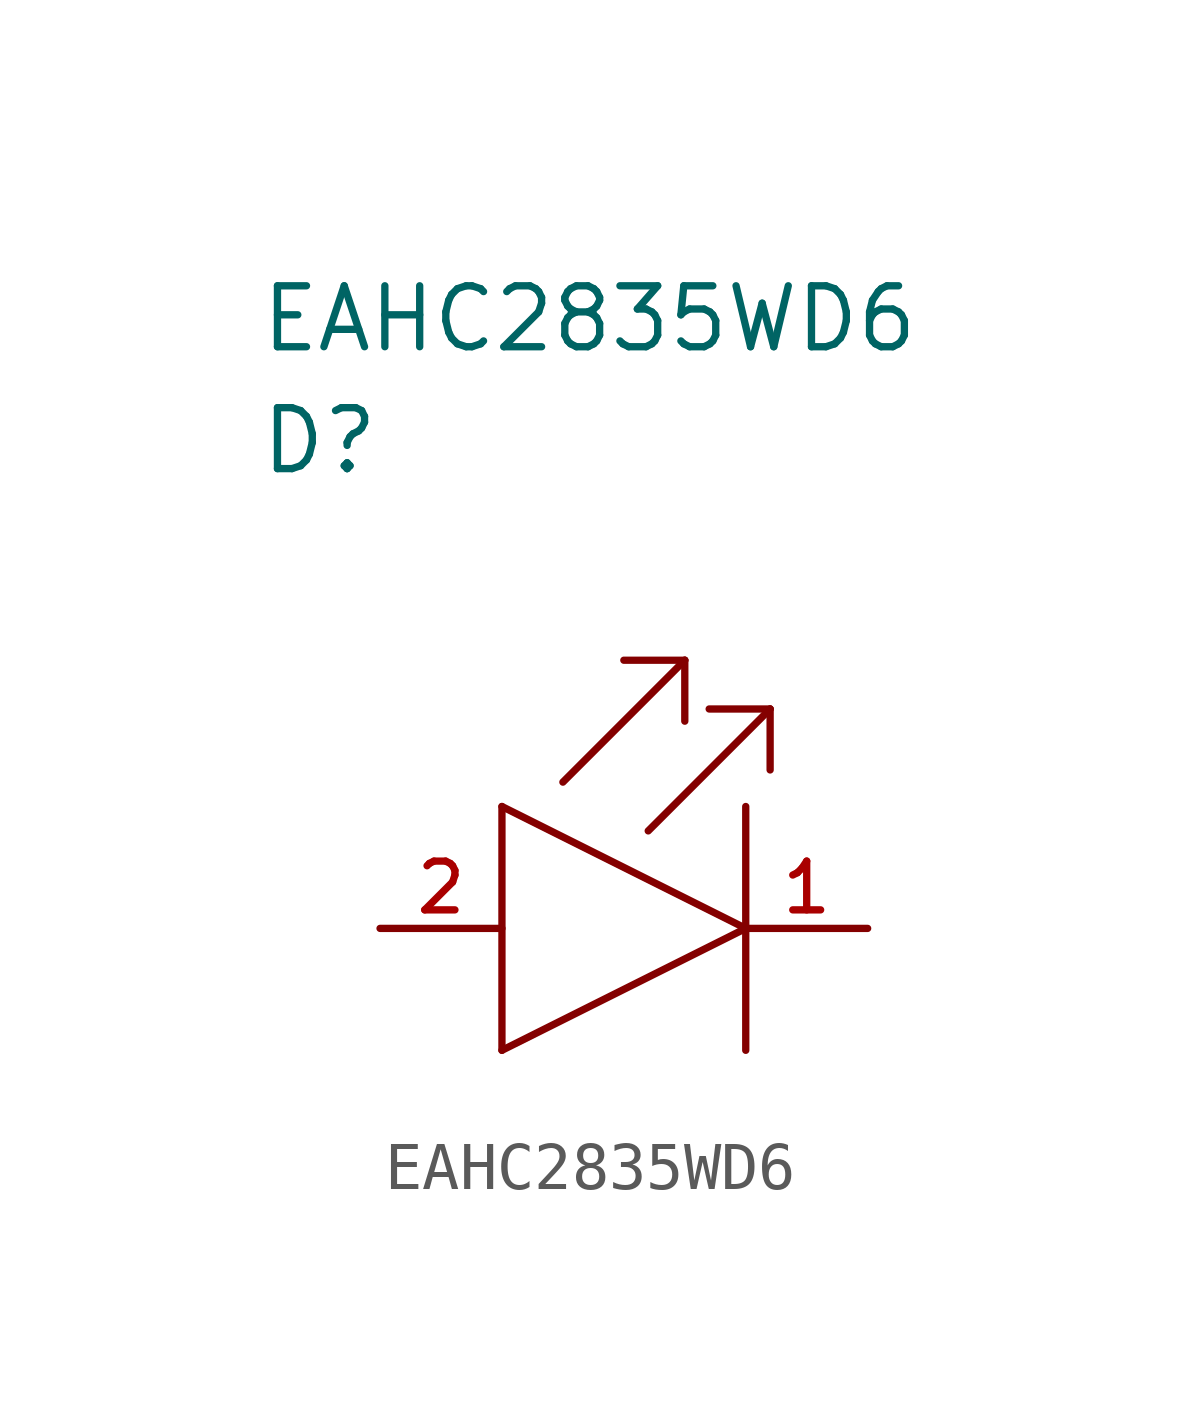
<source format=kicad_sym>
(kicad_symbol_lib
  (version 20211014)
  (generator kicad_symbol_editor)
  (symbol "EAHC2835WD6"
    (pin_names
      (offset 1.016))
    (property "Reference" "D"
      (at 0 10.16 0)
      (effects (font (size 1.27 1.27)) (justify left)))
    (property "Value" "EAHC2835WD6"
      (at 0 12.7 0)
      (effects (font (size 1.27 1.27)) (justify left)))
    (property "ki_locked" ""
      (at 0 0 0)
      (effects (font (size 1.27 1.27))))
    (symbol "EAHC2835WD6_1_1"
      (polyline (pts (xy 5.08 -2.54) (xy 10.16 0)) (stroke (width 0) (type default) (color 0 0 0 0)) (fill (type none)))
      (polyline (pts (xy 5.08 2.54) (xy 5.08 -2.54)) (stroke (width 0) (type default) (color 0 0 0 0)) (fill (type none)))
      (polyline (pts (xy 5.08 2.54) (xy 10.16 0)) (stroke (width 0) (type default) (color 0 0 0 0)) (fill (type none)))
      (polyline (pts (xy 6.35 3.048) (xy 8.89 5.588)) (stroke (width 0) (type default) (color 0 0 0 0)) (fill (type none)))
      (polyline (pts (xy 8.128 2.032) (xy 10.668 4.572)) (stroke (width 0) (type default) (color 0 0 0 0)) (fill (type none)))
      (polyline (pts (xy 8.89 5.588) (xy 7.62 5.588)) (stroke (width 0) (type default) (color 0 0 0 0)) (fill (type none)))
      (polyline (pts (xy 8.89 5.588) (xy 8.89 4.318)) (stroke (width 0) (type default) (color 0 0 0 0)) (fill (type none)))
      (polyline (pts (xy 10.16 2.54) (xy 10.16 -2.54)) (stroke (width 0) (type default) (color 0 0 0 0)) (fill (type none)))
      (polyline (pts (xy 10.668 4.572) (xy 9.398 4.572)) (stroke (width 0) (type default) (color 0 0 0 0)) (fill (type none)))
      (polyline (pts (xy 10.668 4.572) (xy 10.668 3.302)) (stroke (width 0) (type default) (color 0 0 0 0)) (fill (type none)))
      (pin passive line (at 12.7 0 180) (length 2.54) (name "CATHODE" (effects (font (size 0 0)))) (number "1" (effects (font (size 1.016 1.016)))))
      (pin passive line (at 2.54 0 0) (length 2.54) (name "ANODE" (effects (font (size 0 0)))) (number "2" (effects (font (size 1.016 1.016))))))))
</source>
